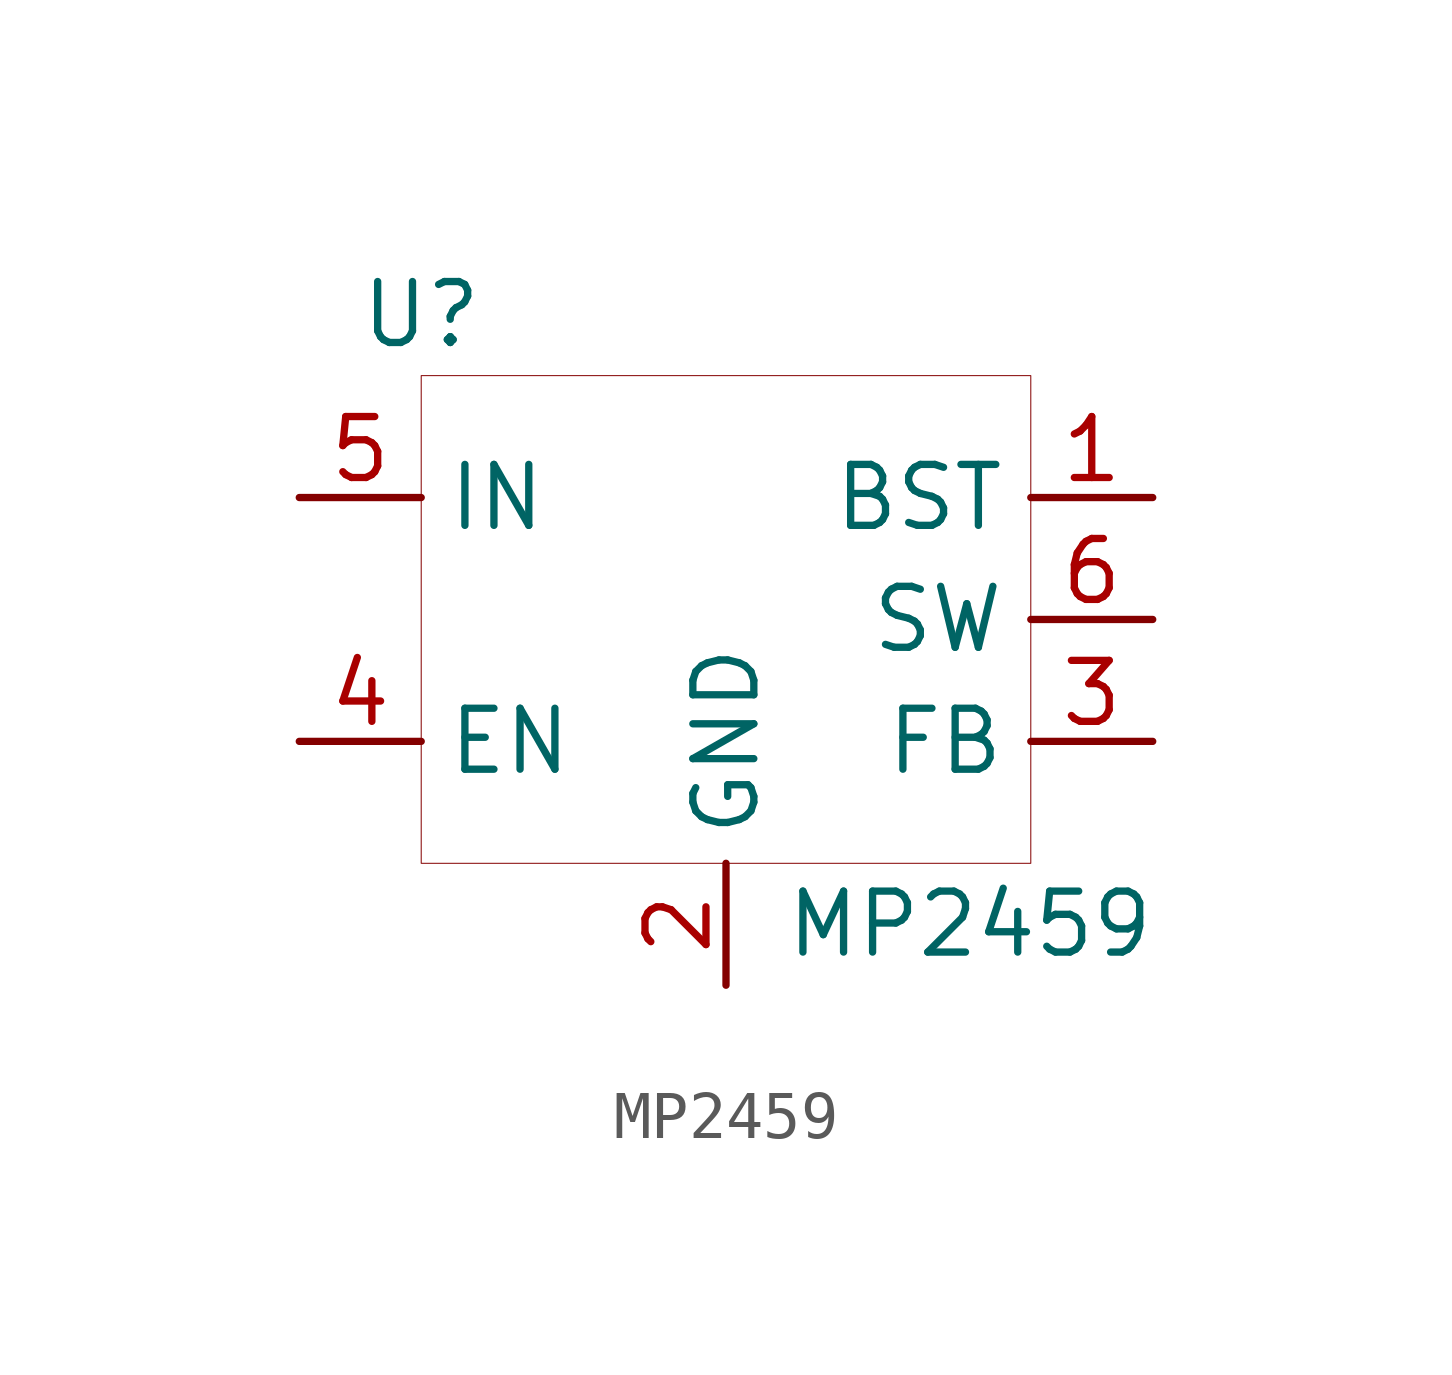
<source format=kicad_sym>
(kicad_symbol_lib
  (version 20200126)
  (host kicad_symbol_editor "(5.99.0-2431-ga34d33c46)")
  (symbol "mp2459:MP2459"
    (property "Reference" "U"
      (at -6.35 6.35 0)
      (effects (font (size 1.27 1.27))))
    (property "Value" "MP2459"
      (at 5.08 -6.35 0)
      (effects (font (size 1.27 1.27))))
    (symbol "MP2459_0_1"
      (rectangle (start -6.35 5.08) (end 6.35 -5.08) (stroke (width 0.001)) (fill (type none))))
    (symbol "MP2459_1_1"
      (pin power_in line (at -8.89 2.54 0) (length 2.54) (name "IN" (effects (font (size 1.27 1.27)))) (number "5" (effects (font (size 1.27 1.27)))))
      (pin input line (at -8.89 -2.54 0) (length 2.54) (name "EN" (effects (font (size 1.27 1.27)))) (number "4" (effects (font (size 1.27 1.27)))))
      (pin passive line (at 8.89 2.54 180) (length 2.54) (name "BST" (effects (font (size 1.27 1.27)))) (number "1" (effects (font (size 1.27 1.27)))))
      (pin passive line (at 8.89 0 180) (length 2.54) (name "SW" (effects (font (size 1.27 1.27)))) (number "6" (effects (font (size 1.27 1.27)))))
      (pin power_out line (at 8.89 -2.54 180) (length 2.54) (name "FB" (effects (font (size 1.27 1.27)))) (number "3" (effects (font (size 1.27 1.27)))))
      (pin power_in line (at 0 -7.62 90) (length 2.54) (name "GND" (effects (font (size 1.27 1.27)))) (number "2" (effects (font (size 1.27 1.27))))))))
</source>
